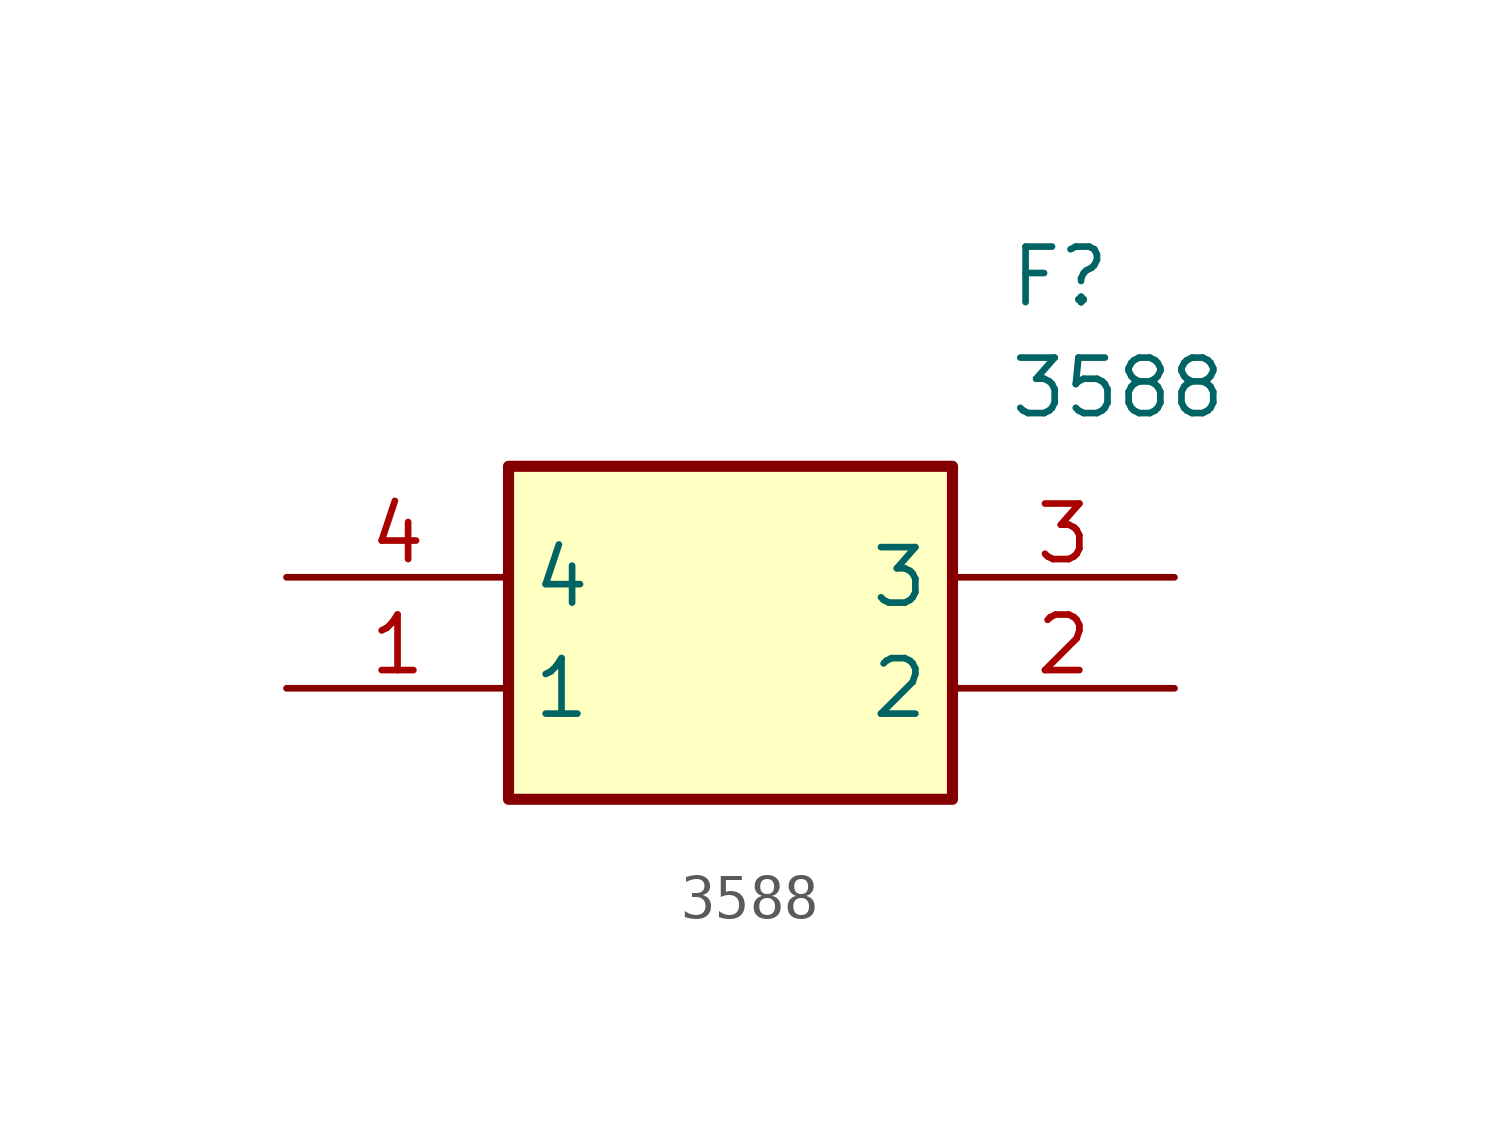
<source format=kicad_sym>
(kicad_symbol_lib
  (version 20211014)
  (generator SamacSys_ECAD_Model)
  (symbol "3588"
    (property "Reference" "F"
      (at 16.51 7.62 0)
      (effects (font (size 1.27 1.27)) (justify left top)))
    (property "Value" "3588"
      (at 16.51 5.08 0)
      (effects (font (size 1.27 1.27)) (justify left top)))
    (rectangle
      (start 5.08 2.54)
      (end 15.24 -5.08)
      (stroke (width 0.254) (type default))
      (fill (type background)))
    (pin passive line
      (at 0 -2.54 0)
      (length 5.08)
      (name "1" (effects (font (size 1.27 1.27))))
      (number "1" (effects (font (size 1.27 1.27)))))
    (pin passive line
      (at 20.32 -2.54 180)
      (length 5.08)
      (name "2" (effects (font (size 1.27 1.27))))
      (number "2" (effects (font (size 1.27 1.27)))))
    (pin passive line
      (at 20.32 0 180)
      (length 5.08)
      (name "3" (effects (font (size 1.27 1.27))))
      (number "3" (effects (font (size 1.27 1.27)))))
    (pin passive line
      (at 0 0 0)
      (length 5.08)
      (name "4" (effects (font (size 1.27 1.27))))
      (number "4" (effects (font (size 1.27 1.27)))))))
</source>
